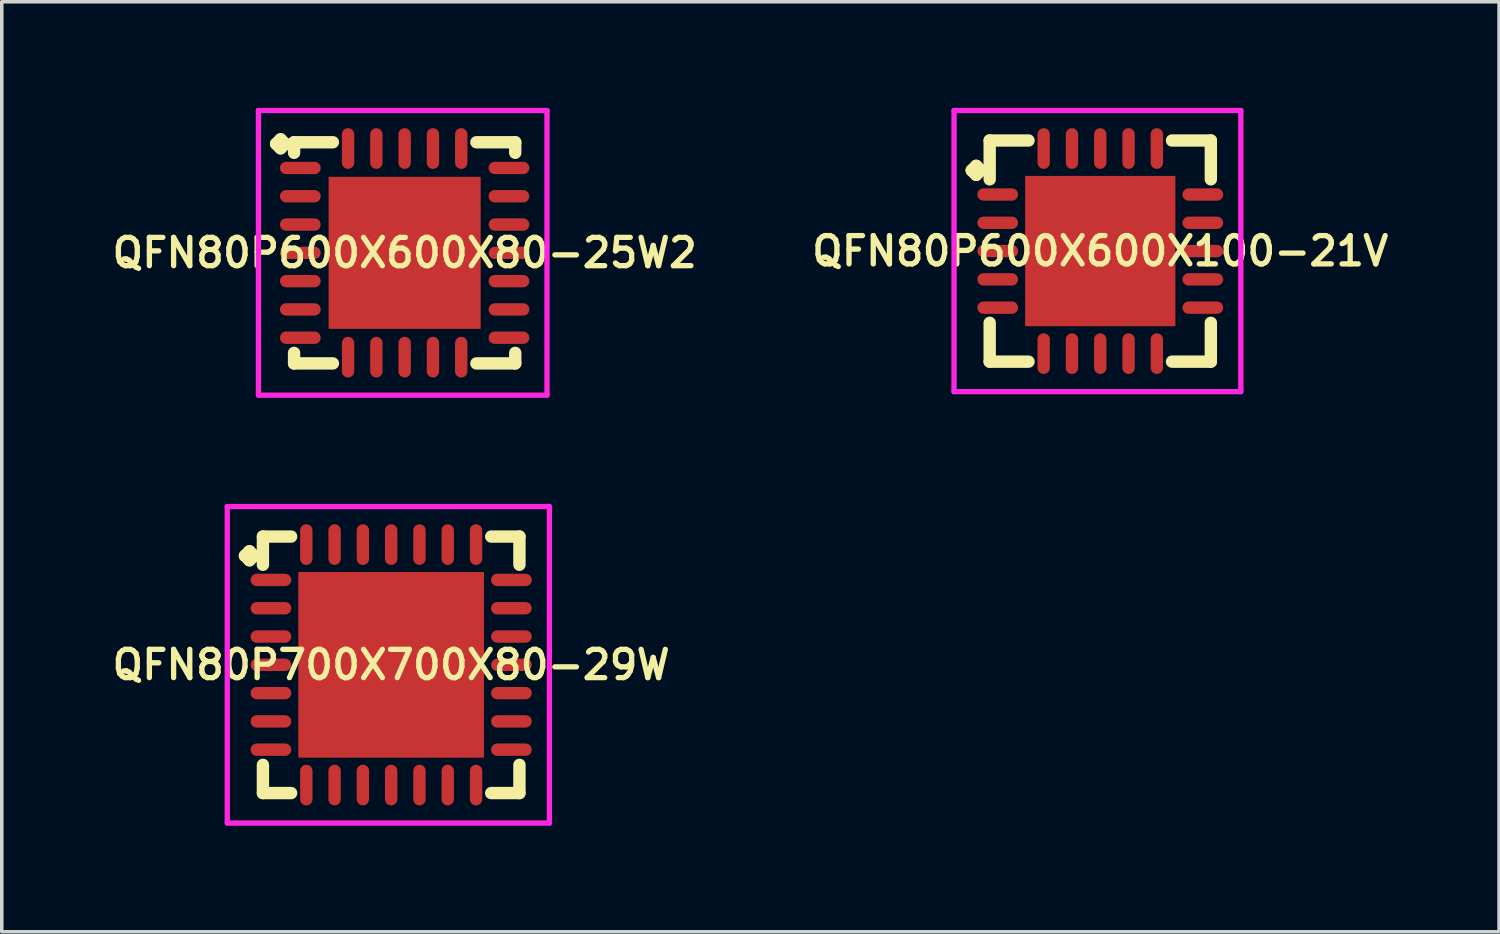
<source format=kicad_pcb>
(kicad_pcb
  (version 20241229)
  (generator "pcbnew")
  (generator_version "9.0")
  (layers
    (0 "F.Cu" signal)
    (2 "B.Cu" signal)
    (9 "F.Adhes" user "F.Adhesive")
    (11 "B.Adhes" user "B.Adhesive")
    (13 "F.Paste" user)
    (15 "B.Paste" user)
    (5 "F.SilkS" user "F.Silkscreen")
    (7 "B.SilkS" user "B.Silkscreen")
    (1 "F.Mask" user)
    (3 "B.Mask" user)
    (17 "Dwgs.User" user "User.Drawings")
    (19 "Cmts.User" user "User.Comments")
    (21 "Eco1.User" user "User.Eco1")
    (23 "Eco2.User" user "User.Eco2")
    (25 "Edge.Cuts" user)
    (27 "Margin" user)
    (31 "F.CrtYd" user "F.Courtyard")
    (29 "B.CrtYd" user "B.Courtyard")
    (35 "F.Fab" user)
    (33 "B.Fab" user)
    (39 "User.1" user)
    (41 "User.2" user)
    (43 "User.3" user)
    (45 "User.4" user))
  (footprint "QFN80P600X600X100-21V"
    (layer "F.Cu")
    (at 28.064 4.05)
    (property "Reference" "QFN80P600X600X100-21V" (at 0 0 0) (layer "F.SilkS") (effects (font (size 0.8 0.8) (thickness 0.15))))
    (attr smd)
    (fp_line (start -3.635 -2.283) (end -3.508 -2.41) (stroke (width 0.35) (type solid)) (layer "F.SilkS"))
    (fp_line (start -3.508 -2.41) (end -3.381 -2.283) (stroke (width 0.35) (type solid)) (layer "F.SilkS"))
    (fp_line (start -3.508 -2.156) (end -3.635 -2.283) (stroke (width 0.35) (type solid)) (layer "F.SilkS"))
    (fp_line (start -3.381 -2.283) (end -3.508 -2.156) (stroke (width 0.35) (type solid)) (layer "F.SilkS"))
    (fp_line (start -3.127 -3.127) (end -2.029 -3.127) (stroke (width 0.35) (type solid)) (layer "F.SilkS"))
    (fp_line (start -3.127 -2.029) (end -3.127 -3.127) (stroke (width 0.35) (type solid)) (layer "F.SilkS"))
    (fp_line (start -3.127 2.029) (end -3.127 3.127) (stroke (width 0.35) (type solid)) (layer "F.SilkS"))
    (fp_line (start -3.127 3.127) (end -2.029 3.127) (stroke (width 0.35) (type solid)) (layer "F.SilkS"))
    (fp_line (start 2.029 -3.127) (end 3.127 -3.127) (stroke (width 0.35) (type solid)) (layer "F.SilkS"))
    (fp_line (start 2.029 3.127) (end 3.127 3.127) (stroke (width 0.35) (type solid)) (layer "F.SilkS"))
    (fp_line (start 3.127 -3.127) (end 3.127 -2.029) (stroke (width 0.35) (type solid)) (layer "F.SilkS"))
    (fp_line (start 3.127 3.127) (end 3.127 2.029) (stroke (width 0.35) (type solid)) (layer "F.SilkS"))
    (fp_line (start -4.135 -3.975) (end 3.975 -3.975) (stroke (width 0.15) (type solid)) (layer "F.CrtYd"))
    (fp_line (start -4.135 3.975) (end -4.135 -3.975) (stroke (width 0.15) (type solid)) (layer "F.CrtYd"))
    (fp_line (start 3.975 -3.975) (end 3.975 3.975) (stroke (width 0.15) (type solid)) (layer "F.CrtYd"))
    (fp_line (start 3.975 3.975) (end -4.135 3.975) (stroke (width 0.15) (type solid)) (layer "F.CrtYd"))
    (pad "1" smd oval (at -2.9 -1.6) (size 1.15 0.35) (layers "F.Cu" "F.Mask" "F.Paste"))
    (pad "2" smd oval (at -2.9 -0.8) (size 1.15 0.35) (layers "F.Cu" "F.Mask" "F.Paste"))
    (pad "3" smd oval (at -2.9 0) (size 1.15 0.35) (layers "F.Cu" "F.Mask" "F.Paste"))
    (pad "4" smd oval (at -2.9 0.8) (size 1.15 0.35) (layers "F.Cu" "F.Mask" "F.Paste"))
    (pad "5" smd oval (at -2.9 1.6) (size 1.15 0.35) (layers "F.Cu" "F.Mask" "F.Paste"))
    (pad "6" smd oval (at -1.6 2.9) (size 0.35 1.15) (layers "F.Cu" "F.Mask" "F.Paste"))
    (pad "7" smd oval (at -0.8 2.9) (size 0.35 1.15) (layers "F.Cu" "F.Mask" "F.Paste"))
    (pad "8" smd oval (at 0 2.9) (size 0.35 1.15) (layers "F.Cu" "F.Mask" "F.Paste"))
    (pad "9" smd oval (at 0.8 2.9) (size 0.35 1.15) (layers "F.Cu" "F.Mask" "F.Paste"))
    (pad "10" smd oval (at 1.6 2.9) (size 0.35 1.15) (layers "F.Cu" "F.Mask" "F.Paste"))
    (pad "11" smd oval (at 2.9 1.6) (size 1.15 0.35) (layers "F.Cu" "F.Mask" "F.Paste"))
    (pad "12" smd oval (at 2.9 0.8) (size 1.15 0.35) (layers "F.Cu" "F.Mask" "F.Paste"))
    (pad "13" smd oval (at 2.9 0) (size 1.15 0.35) (layers "F.Cu" "F.Mask" "F.Paste"))
    (pad "14" smd oval (at 2.9 -0.8) (size 1.15 0.35) (layers "F.Cu" "F.Mask" "F.Paste"))
    (pad "15" smd oval (at 2.9 -1.6) (size 1.15 0.35) (layers "F.Cu" "F.Mask" "F.Paste"))
    (pad "16" smd oval (at 1.6 -2.9) (size 0.35 1.15) (layers "F.Cu" "F.Mask" "F.Paste"))
    (pad "17" smd oval (at 0.8 -2.9) (size 0.35 1.15) (layers "F.Cu" "F.Mask" "F.Paste"))
    (pad "18" smd oval (at 0 -2.9) (size 0.35 1.15) (layers "F.Cu" "F.Mask" "F.Paste"))
    (pad "19" smd oval (at -0.8 -2.9) (size 0.35 1.15) (layers "F.Cu" "F.Mask" "F.Paste"))
    (pad "20" smd oval (at -1.6 -2.9) (size 0.35 1.15) (layers "F.Cu" "F.Mask" "F.Paste"))
    (pad "21" smd rect (at 0 0) (size 4.25 4.25) (layers "F.Cu" "F.Mask" "F.Paste")))
  (footprint "QFN80P600X600X80-25W2"
    (layer "F.Cu")
    (at 8.393 4.1)
    (property "Reference" "QFN80P600X600X80-25W2" (at 0 0 0) (layer "F.SilkS") (effects (font (size 0.8 0.8) (thickness 0.15))))
    (attr smd)
    (fp_line (start -3.635 -3.083) (end -3.508 -3.21) (stroke (width 0.35) (type solid)) (layer "F.SilkS"))
    (fp_line (start -3.508 -3.21) (end -3.381 -3.083) (stroke (width 0.35) (type solid)) (layer "F.SilkS"))
    (fp_line (start -3.508 -2.956) (end -3.635 -3.083) (stroke (width 0.35) (type solid)) (layer "F.SilkS"))
    (fp_line (start -3.381 -3.083) (end -3.508 -2.956) (stroke (width 0.35) (type solid)) (layer "F.SilkS"))
    (fp_line (start -3.127 -3.127) (end -2.029 -3.127) (stroke (width 0.35) (type solid)) (layer "F.SilkS"))
    (fp_line (start -3.127 -2.829) (end -3.127 -3.127) (stroke (width 0.35) (type solid)) (layer "F.SilkS"))
    (fp_line (start -3.127 2.829) (end -3.127 3.127) (stroke (width 0.35) (type solid)) (layer "F.SilkS"))
    (fp_line (start -3.127 3.127) (end -2.029 3.127) (stroke (width 0.35) (type solid)) (layer "F.SilkS"))
    (fp_line (start 2.029 -3.127) (end 3.127 -3.127) (stroke (width 0.35) (type solid)) (layer "F.SilkS"))
    (fp_line (start 2.029 3.127) (end 3.127 3.127) (stroke (width 0.35) (type solid)) (layer "F.SilkS"))
    (fp_line (start 3.127 -3.127) (end 3.127 -2.829) (stroke (width 0.35) (type solid)) (layer "F.SilkS"))
    (fp_line (start 3.127 3.127) (end 3.127 2.829) (stroke (width 0.35) (type solid)) (layer "F.SilkS"))
    (fp_line (start -4.135 -4.025) (end 4.025 -4.025) (stroke (width 0.15) (type solid)) (layer "F.CrtYd"))
    (fp_line (start -4.135 4.025) (end -4.135 -4.025) (stroke (width 0.15) (type solid)) (layer "F.CrtYd"))
    (fp_line (start 4.025 -4.025) (end 4.025 4.025) (stroke (width 0.15) (type solid)) (layer "F.CrtYd"))
    (fp_line (start 4.025 4.025) (end -4.135 4.025) (stroke (width 0.15) (type solid)) (layer "F.CrtYd"))
    (pad "1" smd oval (at -2.95 -2.4) (size 1.15 0.35) (layers "F.Cu" "F.Mask" "F.Paste"))
    (pad "2" smd oval (at -2.95 -1.6) (size 1.15 0.35) (layers "F.Cu" "F.Mask" "F.Paste"))
    (pad "3" smd oval (at -2.95 -0.8) (size 1.15 0.35) (layers "F.Cu" "F.Mask" "F.Paste"))
    (pad "4" smd oval (at -2.95 0) (size 1.15 0.35) (layers "F.Cu" "F.Mask" "F.Paste"))
    (pad "5" smd oval (at -2.95 0.8) (size 1.15 0.35) (layers "F.Cu" "F.Mask" "F.Paste"))
    (pad "6" smd oval (at -2.95 1.6) (size 1.15 0.35) (layers "F.Cu" "F.Mask" "F.Paste"))
    (pad "7" smd oval (at -2.95 2.4) (size 1.15 0.35) (layers "F.Cu" "F.Mask" "F.Paste"))
    (pad "8" smd oval (at -1.6 2.95) (size 0.35 1.15) (layers "F.Cu" "F.Mask" "F.Paste"))
    (pad "9" smd oval (at -0.8 2.95) (size 0.35 1.15) (layers "F.Cu" "F.Mask" "F.Paste"))
    (pad "10" smd oval (at 0 2.95) (size 0.35 1.15) (layers "F.Cu" "F.Mask" "F.Paste"))
    (pad "11" smd oval (at 0.8 2.95) (size 0.35 1.15) (layers "F.Cu" "F.Mask" "F.Paste"))
    (pad "12" smd oval (at 1.6 2.95) (size 0.35 1.15) (layers "F.Cu" "F.Mask" "F.Paste"))
    (pad "13" smd oval (at 2.95 2.4) (size 1.15 0.35) (layers "F.Cu" "F.Mask" "F.Paste"))
    (pad "14" smd oval (at 2.95 1.6) (size 1.15 0.35) (layers "F.Cu" "F.Mask" "F.Paste"))
    (pad "15" smd oval (at 2.95 0.8) (size 1.15 0.35) (layers "F.Cu" "F.Mask" "F.Paste"))
    (pad "16" smd oval (at 2.95 0) (size 1.15 0.35) (layers "F.Cu" "F.Mask" "F.Paste"))
    (pad "17" smd oval (at 2.95 -0.8) (size 1.15 0.35) (layers "F.Cu" "F.Mask" "F.Paste"))
    (pad "18" smd oval (at 2.95 -1.6) (size 1.15 0.35) (layers "F.Cu" "F.Mask" "F.Paste"))
    (pad "19" smd oval (at 2.95 -2.4) (size 1.15 0.35) (layers "F.Cu" "F.Mask" "F.Paste"))
    (pad "20" smd oval (at 1.6 -2.95) (size 0.35 1.15) (layers "F.Cu" "F.Mask" "F.Paste"))
    (pad "21" smd oval (at 0.8 -2.95) (size 0.35 1.15) (layers "F.Cu" "F.Mask" "F.Paste"))
    (pad "22" smd oval (at 0 -2.95) (size 0.35 1.15) (layers "F.Cu" "F.Mask" "F.Paste"))
    (pad "23" smd oval (at -0.8 -2.95) (size 0.35 1.15) (layers "F.Cu" "F.Mask" "F.Paste"))
    (pad "24" smd oval (at -1.6 -2.95) (size 0.35 1.15) (layers "F.Cu" "F.Mask" "F.Paste"))
    (pad "25" smd rect (at 0 0) (size 4.3 4.3) (layers "F.Cu" "F.Mask" "F.Paste")))
  (footprint "QFN80P700X700X80-29W"
    (layer "F.Cu")
    (at 8.012 15.75)
    (property "Reference" "QFN80P700X700X80-29W" (at 0 0 0) (layer "F.SilkS") (effects (font (size 0.8 0.8) (thickness 0.15))))
    (attr smd)
    (fp_line (start -4.135 -3.083) (end -4.008 -3.21) (stroke (width 0.35) (type solid)) (layer "F.SilkS"))
    (fp_line (start -4.008 -3.21) (end -3.881 -3.083) (stroke (width 0.35) (type solid)) (layer "F.SilkS"))
    (fp_line (start -4.008 -2.956) (end -4.135 -3.083) (stroke (width 0.35) (type solid)) (layer "F.SilkS"))
    (fp_line (start -3.881 -3.083) (end -4.008 -2.956) (stroke (width 0.35) (type solid)) (layer "F.SilkS"))
    (fp_line (start -3.627 -3.627) (end -2.829 -3.627) (stroke (width 0.35) (type solid)) (layer "F.SilkS"))
    (fp_line (start -3.627 -2.829) (end -3.627 -3.627) (stroke (width 0.35) (type solid)) (layer "F.SilkS"))
    (fp_line (start -3.627 2.829) (end -3.627 3.627) (stroke (width 0.35) (type solid)) (layer "F.SilkS"))
    (fp_line (start -3.627 3.627) (end -2.829 3.627) (stroke (width 0.35) (type solid)) (layer "F.SilkS"))
    (fp_line (start 2.829 -3.627) (end 3.627 -3.627) (stroke (width 0.35) (type solid)) (layer "F.SilkS"))
    (fp_line (start 2.829 3.627) (end 3.627 3.627) (stroke (width 0.35) (type solid)) (layer "F.SilkS"))
    (fp_line (start 3.627 -3.627) (end 3.627 -2.829) (stroke (width 0.35) (type solid)) (layer "F.SilkS"))
    (fp_line (start 3.627 3.627) (end 3.627 2.829) (stroke (width 0.35) (type solid)) (layer "F.SilkS"))
    (fp_line (start -4.635 -4.475) (end 4.475 -4.475) (stroke (width 0.15) (type solid)) (layer "F.CrtYd"))
    (fp_line (start -4.635 4.475) (end -4.635 -4.475) (stroke (width 0.15) (type solid)) (layer "F.CrtYd"))
    (fp_line (start 4.475 -4.475) (end 4.475 4.475) (stroke (width 0.15) (type solid)) (layer "F.CrtYd"))
    (fp_line (start 4.475 4.475) (end -4.635 4.475) (stroke (width 0.15) (type solid)) (layer "F.CrtYd"))
    (pad "1" smd oval (at -3.4 -2.4) (size 1.15 0.35) (layers "F.Cu" "F.Mask" "F.Paste"))
    (pad "2" smd oval (at -3.4 -1.6) (size 1.15 0.35) (layers "F.Cu" "F.Mask" "F.Paste"))
    (pad "3" smd oval (at -3.4 -0.8) (size 1.15 0.35) (layers "F.Cu" "F.Mask" "F.Paste"))
    (pad "4" smd oval (at -3.4 0) (size 1.15 0.35) (layers "F.Cu" "F.Mask" "F.Paste"))
    (pad "5" smd oval (at -3.4 0.8) (size 1.15 0.35) (layers "F.Cu" "F.Mask" "F.Paste"))
    (pad "6" smd oval (at -3.4 1.6) (size 1.15 0.35) (layers "F.Cu" "F.Mask" "F.Paste"))
    (pad "7" smd oval (at -3.4 2.4) (size 1.15 0.35) (layers "F.Cu" "F.Mask" "F.Paste"))
    (pad "8" smd oval (at -2.4 3.4) (size 0.35 1.15) (layers "F.Cu" "F.Mask" "F.Paste"))
    (pad "9" smd oval (at -1.6 3.4) (size 0.35 1.15) (layers "F.Cu" "F.Mask" "F.Paste"))
    (pad "10" smd oval (at -0.8 3.4) (size 0.35 1.15) (layers "F.Cu" "F.Mask" "F.Paste"))
    (pad "11" smd oval (at 0 3.4) (size 0.35 1.15) (layers "F.Cu" "F.Mask" "F.Paste"))
    (pad "12" smd oval (at 0.8 3.4) (size 0.35 1.15) (layers "F.Cu" "F.Mask" "F.Paste"))
    (pad "13" smd oval (at 1.6 3.4) (size 0.35 1.15) (layers "F.Cu" "F.Mask" "F.Paste"))
    (pad "14" smd oval (at 2.4 3.4) (size 0.35 1.15) (layers "F.Cu" "F.Mask" "F.Paste"))
    (pad "15" smd oval (at 3.4 2.4) (size 1.15 0.35) (layers "F.Cu" "F.Mask" "F.Paste"))
    (pad "16" smd oval (at 3.4 1.6) (size 1.15 0.35) (layers "F.Cu" "F.Mask" "F.Paste"))
    (pad "17" smd oval (at 3.4 0.8) (size 1.15 0.35) (layers "F.Cu" "F.Mask" "F.Paste"))
    (pad "18" smd oval (at 3.4 0) (size 1.15 0.35) (layers "F.Cu" "F.Mask" "F.Paste"))
    (pad "19" smd oval (at 3.4 -0.8) (size 1.15 0.35) (layers "F.Cu" "F.Mask" "F.Paste"))
    (pad "20" smd oval (at 3.4 -1.6) (size 1.15 0.35) (layers "F.Cu" "F.Mask" "F.Paste"))
    (pad "21" smd oval (at 3.4 -2.4) (size 1.15 0.35) (layers "F.Cu" "F.Mask" "F.Paste"))
    (pad "22" smd oval (at 2.4 -3.4) (size 0.35 1.15) (layers "F.Cu" "F.Mask" "F.Paste"))
    (pad "23" smd oval (at 1.6 -3.4) (size 0.35 1.15) (layers "F.Cu" "F.Mask" "F.Paste"))
    (pad "24" smd oval (at 0.8 -3.4) (size 0.35 1.15) (layers "F.Cu" "F.Mask" "F.Paste"))
    (pad "25" smd oval (at 0 -3.4) (size 0.35 1.15) (layers "F.Cu" "F.Mask" "F.Paste"))
    (pad "26" smd oval (at -0.8 -3.4) (size 0.35 1.15) (layers "F.Cu" "F.Mask" "F.Paste"))
    (pad "27" smd oval (at -1.6 -3.4) (size 0.35 1.15) (layers "F.Cu" "F.Mask" "F.Paste"))
    (pad "28" smd oval (at -2.4 -3.4) (size 0.35 1.15) (layers "F.Cu" "F.Mask" "F.Paste"))
    (pad "29" smd rect (at 0 0) (size 5.25 5.25) (layers "F.Cu" "F.Mask" "F.Paste")))
  (gr_rect
    (start -3 -3)
    (end 39.342 23.3)
    (stroke (width 0.1) (type default))
    (fill no)
    (layer "Edge.Cuts")))
</source>
